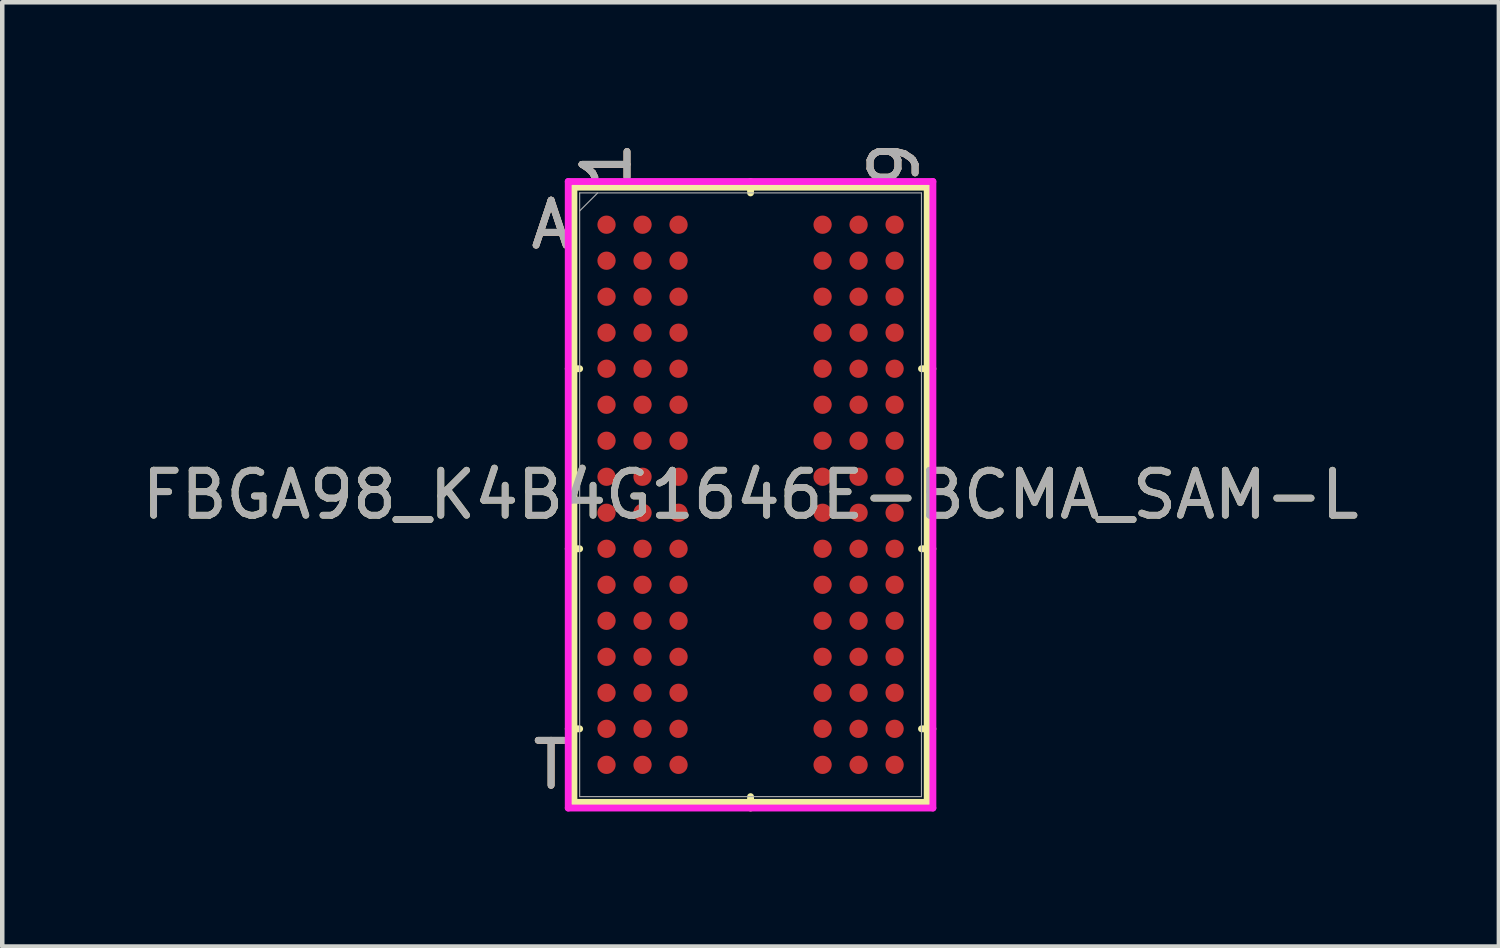
<source format=kicad_pcb>
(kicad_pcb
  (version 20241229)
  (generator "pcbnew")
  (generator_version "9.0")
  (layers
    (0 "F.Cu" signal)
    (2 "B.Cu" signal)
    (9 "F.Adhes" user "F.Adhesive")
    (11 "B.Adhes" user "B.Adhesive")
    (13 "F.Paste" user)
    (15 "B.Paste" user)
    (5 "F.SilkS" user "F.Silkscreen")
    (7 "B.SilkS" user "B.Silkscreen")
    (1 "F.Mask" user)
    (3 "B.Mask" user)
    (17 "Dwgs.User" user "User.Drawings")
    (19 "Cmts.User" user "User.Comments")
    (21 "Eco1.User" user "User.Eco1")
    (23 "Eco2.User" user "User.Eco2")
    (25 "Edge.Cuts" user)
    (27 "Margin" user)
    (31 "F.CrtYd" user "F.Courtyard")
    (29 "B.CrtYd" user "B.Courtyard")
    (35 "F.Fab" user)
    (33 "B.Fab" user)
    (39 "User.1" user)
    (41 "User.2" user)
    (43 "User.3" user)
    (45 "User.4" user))
  (footprint "FBGA98_K4B4G1646E-BCMA_SAM-L"
    (layer "F.Cu")
    (at 13.625 7.942)
    (property "Reference" "FBGA98_K4B4G1646E-BCMA_SAM-L" (at 0 0 0) (unlocked yes) (layer "F.SilkS") (effects (font (size 1 1) (thickness 0.15))))
    (attr smd)
    (fp_line (start -3.924 -6.833) (end -3.924 6.833) (stroke (width 0.152) (type solid)) (layer "F.SilkS"))
    (fp_line (start -3.924 6.833) (end 3.924 6.833) (stroke (width 0.152) (type solid)) (layer "F.SilkS"))
    (fp_line (start -3.797 -2.8) (end -4.051 -2.8) (stroke (width 0.152) (type solid)) (layer "F.SilkS"))
    (fp_line (start -3.797 1.2) (end -4.051 1.2) (stroke (width 0.152) (type solid)) (layer "F.SilkS"))
    (fp_line (start -3.797 5.2) (end -4.051 5.2) (stroke (width 0.152) (type solid)) (layer "F.SilkS"))
    (fp_line (start 0 -6.706) (end 0 -6.96) (stroke (width 0.152) (type solid)) (layer "F.SilkS"))
    (fp_line (start 0 6.706) (end 0 6.96) (stroke (width 0.152) (type solid)) (layer "F.SilkS"))
    (fp_line (start 3.797 -2.8) (end 4.051 -2.8) (stroke (width 0.152) (type solid)) (layer "F.SilkS"))
    (fp_line (start 3.797 1.2) (end 4.051 1.2) (stroke (width 0.152) (type solid)) (layer "F.SilkS"))
    (fp_line (start 3.797 5.2) (end 4.051 5.2) (stroke (width 0.152) (type solid)) (layer "F.SilkS"))
    (fp_line (start 3.924 -6.833) (end -3.924 -6.833) (stroke (width 0.152) (type solid)) (layer "F.SilkS"))
    (fp_line (start 3.924 6.833) (end 3.924 -6.833) (stroke (width 0.152) (type solid)) (layer "F.SilkS"))
    (fp_poly (pts (xy -4.045 -6.844) (xy 4.045 -6.844) (xy 4.045 6.844) (xy -4.045 6.844)) (stroke (width 0.1) (type solid)) (fill no) (layer "Eco2.User"))
    (fp_line (start -4.051 -6.96) (end 4.051 -6.96) (stroke (width 0.152) (type solid)) (layer "F.CrtYd"))
    (fp_line (start -4.051 6.96) (end -4.051 -6.96) (stroke (width 0.152) (type solid)) (layer "F.CrtYd"))
    (fp_line (start 4.051 -6.96) (end 4.051 6.96) (stroke (width 0.152) (type solid)) (layer "F.CrtYd"))
    (fp_line (start 4.051 6.96) (end -4.051 6.96) (stroke (width 0.152) (type solid)) (layer "F.CrtYd"))
    (fp_line (start -3.797 -6.706) (end -3.797 6.706) (stroke (width 0.025) (type solid)) (layer "F.Fab"))
    (fp_line (start -3.797 6.706) (end 3.797 6.706) (stroke (width 0.025) (type solid)) (layer "F.Fab"))
    (fp_line (start -3.397 -6.706) (end -3.797 -6.306) (stroke (width 0.025) (type solid)) (layer "F.Fab"))
    (fp_line (start 3.797 -6.706) (end -3.797 -6.706) (stroke (width 0.025) (type solid)) (layer "F.Fab"))
    (fp_line (start 3.797 6.706) (end 3.797 -6.706) (stroke (width 0.025) (type solid)) (layer "F.Fab"))
    (fp_text user "T" (at -4.432 6 0) (unlocked yes) (layer "F.SilkS") (effects (font (size 1 1) (thickness 0.15))))
    (fp_text user "9" (at 3.2 -7.341 90) (unlocked yes) (layer "F.SilkS") (effects (font (size 1 1) (thickness 0.15))))
    (fp_text user "1" (at -3.2 -7.341 90) (unlocked yes) (layer "F.SilkS") (effects (font (size 1 1) (thickness 0.15))))
    (fp_text user "A" (at -4.432 -6 0) (unlocked yes) (layer "F.SilkS") (effects (font (size 1 1) (thickness 0.15))))
    (fp_text user "A" (at -4.432 -6 0) (unlocked yes) (layer "B.SilkS") (effects (font (size 1 1) (thickness 0.15))))
    (fp_text user "T" (at -4.432 6 0) (unlocked yes) (layer "B.SilkS") (effects (font (size 1 1) (thickness 0.15))))
    (fp_text user "9" (at 3.2 -7.341 90) (unlocked yes) (layer "B.SilkS") (effects (font (size 1 1) (thickness 0.15))))
    (fp_text user "1" (at -3.2 -7.341 90) (unlocked yes) (layer "B.SilkS") (effects (font (size 1 1) (thickness 0.15))))
    (fp_text user "A" (at -4.432 -6 0) (unlocked yes) (layer "F.Fab") (effects (font (size 1 1) (thickness 0.15))))
    (fp_text user "9" (at 3.2 -7.341 90) (unlocked yes) (layer "F.Fab") (effects (font (size 1 1) (thickness 0.15))))
    (fp_text user "${REFERENCE}" (at 0 0 0) (unlocked yes) (layer "F.Fab") (effects (font (size 1 1) (thickness 0.15))))
    (fp_text user "1" (at -3.2 -7.341 90) (unlocked yes) (layer "F.Fab") (effects (font (size 1 1) (thickness 0.15))))
    (fp_text user "T" (at -4.432 6 0) (unlocked yes) (layer "F.Fab") (effects (font (size 1 1) (thickness 0.15))))
    (pad "A1" smd circle (at -3.2 -6) (size 0.406 0.406) (layers "F.Cu" "F.Mask" "F.Paste"))
    (pad "A2" smd circle (at -2.4 -6) (size 0.406 0.406) (layers "F.Cu" "F.Mask" "F.Paste"))
    (pad "A3" smd circle (at -1.6 -6) (size 0.406 0.406) (layers "F.Cu" "F.Mask" "F.Paste"))
    (pad "A7" smd circle (at 1.6 -6) (size 0.406 0.406) (layers "F.Cu" "F.Mask" "F.Paste"))
    (pad "A8" smd circle (at 2.4 -6) (size 0.406 0.406) (layers "F.Cu" "F.Mask" "F.Paste"))
    (pad "A9" smd circle (at 3.2 -6) (size 0.406 0.406) (layers "F.Cu" "F.Mask" "F.Paste"))
    (pad "B1" smd circle (at -3.2 -5.2) (size 0.406 0.406) (layers "F.Cu" "F.Mask" "F.Paste"))
    (pad "B2" smd circle (at -2.4 -5.2) (size 0.406 0.406) (layers "F.Cu" "F.Mask" "F.Paste"))
    (pad "B3" smd circle (at -1.6 -5.2) (size 0.406 0.406) (layers "F.Cu" "F.Mask" "F.Paste"))
    (pad "B7" smd circle (at 1.6 -5.2) (size 0.406 0.406) (layers "F.Cu" "F.Mask" "F.Paste"))
    (pad "B8" smd circle (at 2.4 -5.2) (size 0.406 0.406) (layers "F.Cu" "F.Mask" "F.Paste"))
    (pad "B9" smd circle (at 3.2 -5.2) (size 0.406 0.406) (layers "F.Cu" "F.Mask" "F.Paste"))
    (pad "C1" smd circle (at -3.2 -4.4) (size 0.406 0.406) (layers "F.Cu" "F.Mask" "F.Paste"))
    (pad "C2" smd circle (at -2.4 -4.4) (size 0.406 0.406) (layers "F.Cu" "F.Mask" "F.Paste"))
    (pad "C3" smd circle (at -1.6 -4.4) (size 0.406 0.406) (layers "F.Cu" "F.Mask" "F.Paste"))
    (pad "C7" smd circle (at 1.6 -4.4) (size 0.406 0.406) (layers "F.Cu" "F.Mask" "F.Paste"))
    (pad "C8" smd circle (at 2.4 -4.4) (size 0.406 0.406) (layers "F.Cu" "F.Mask" "F.Paste"))
    (pad "C9" smd circle (at 3.2 -4.4) (size 0.406 0.406) (layers "F.Cu" "F.Mask" "F.Paste"))
    (pad "D1" smd circle (at -3.2 -3.6) (size 0.406 0.406) (layers "F.Cu" "F.Mask" "F.Paste"))
    (pad "D2" smd circle (at -2.4 -3.6) (size 0.406 0.406) (layers "F.Cu" "F.Mask" "F.Paste"))
    (pad "D3" smd circle (at -1.6 -3.6) (size 0.406 0.406) (layers "F.Cu" "F.Mask" "F.Paste"))
    (pad "D7" smd circle (at 1.6 -3.6) (size 0.406 0.406) (layers "F.Cu" "F.Mask" "F.Paste"))
    (pad "D8" smd circle (at 2.4 -3.6) (size 0.406 0.406) (layers "F.Cu" "F.Mask" "F.Paste"))
    (pad "D9" smd circle (at 3.2 -3.6) (size 0.406 0.406) (layers "F.Cu" "F.Mask" "F.Paste"))
    (pad "E1" smd circle (at -3.2 -2.8) (size 0.406 0.406) (layers "F.Cu" "F.Mask" "F.Paste"))
    (pad "E2" smd circle (at -2.4 -2.8) (size 0.406 0.406) (layers "F.Cu" "F.Mask" "F.Paste"))
    (pad "E3" smd circle (at -1.6 -2.8) (size 0.406 0.406) (layers "F.Cu" "F.Mask" "F.Paste"))
    (pad "E7" smd circle (at 1.6 -2.8) (size 0.406 0.406) (layers "F.Cu" "F.Mask" "F.Paste"))
    (pad "E8" smd circle (at 2.4 -2.8) (size 0.406 0.406) (layers "F.Cu" "F.Mask" "F.Paste"))
    (pad "E9" smd circle (at 3.2 -2.8) (size 0.406 0.406) (layers "F.Cu" "F.Mask" "F.Paste"))
    (pad "F1" smd circle (at -3.2 -2) (size 0.406 0.406) (layers "F.Cu" "F.Mask" "F.Paste"))
    (pad "F2" smd circle (at -2.4 -2) (size 0.406 0.406) (layers "F.Cu" "F.Mask" "F.Paste"))
    (pad "F3" smd circle (at -1.6 -2) (size 0.406 0.406) (layers "F.Cu" "F.Mask" "F.Paste"))
    (pad "F7" smd circle (at 1.6 -2) (size 0.406 0.406) (layers "F.Cu" "F.Mask" "F.Paste"))
    (pad "F8" smd circle (at 2.4 -2) (size 0.406 0.406) (layers "F.Cu" "F.Mask" "F.Paste"))
    (pad "F9" smd circle (at 3.2 -2) (size 0.406 0.406) (layers "F.Cu" "F.Mask" "F.Paste"))
    (pad "G1" smd circle (at -3.2 -1.2) (size 0.406 0.406) (layers "F.Cu" "F.Mask" "F.Paste"))
    (pad "G2" smd circle (at -2.4 -1.2) (size 0.406 0.406) (layers "F.Cu" "F.Mask" "F.Paste"))
    (pad "G3" smd circle (at -1.6 -1.2) (size 0.406 0.406) (layers "F.Cu" "F.Mask" "F.Paste"))
    (pad "G7" smd circle (at 1.6 -1.2) (size 0.406 0.406) (layers "F.Cu" "F.Mask" "F.Paste"))
    (pad "G8" smd circle (at 2.4 -1.2) (size 0.406 0.406) (layers "F.Cu" "F.Mask" "F.Paste"))
    (pad "G9" smd circle (at 3.2 -1.2) (size 0.406 0.406) (layers "F.Cu" "F.Mask" "F.Paste"))
    (pad "H1" smd circle (at -3.2 -0.4) (size 0.406 0.406) (layers "F.Cu" "F.Mask" "F.Paste"))
    (pad "H2" smd circle (at -2.4 -0.4) (size 0.406 0.406) (layers "F.Cu" "F.Mask" "F.Paste"))
    (pad "H3" smd circle (at -1.6 -0.4) (size 0.406 0.406) (layers "F.Cu" "F.Mask" "F.Paste"))
    (pad "H7" smd circle (at 1.6 -0.4) (size 0.406 0.406) (layers "F.Cu" "F.Mask" "F.Paste"))
    (pad "H8" smd circle (at 2.4 -0.4) (size 0.406 0.406) (layers "F.Cu" "F.Mask" "F.Paste"))
    (pad "H9" smd circle (at 3.2 -0.4) (size 0.406 0.406) (layers "F.Cu" "F.Mask" "F.Paste"))
    (pad "J1" smd circle (at -3.2 0.4) (size 0.406 0.406) (layers "F.Cu" "F.Mask" "F.Paste"))
    (pad "J2" smd circle (at -2.4 0.4) (size 0.406 0.406) (layers "F.Cu" "F.Mask" "F.Paste"))
    (pad "J3" smd circle (at -1.6 0.4) (size 0.406 0.406) (layers "F.Cu" "F.Mask" "F.Paste"))
    (pad "J7" smd circle (at 1.6 0.4) (size 0.406 0.406) (layers "F.Cu" "F.Mask" "F.Paste"))
    (pad "J8" smd circle (at 2.4 0.4) (size 0.406 0.406) (layers "F.Cu" "F.Mask" "F.Paste"))
    (pad "J9" smd circle (at 3.2 0.4) (size 0.406 0.406) (layers "F.Cu" "F.Mask" "F.Paste"))
    (pad "K1" smd circle (at -3.2 1.2) (size 0.406 0.406) (layers "F.Cu" "F.Mask" "F.Paste"))
    (pad "K2" smd circle (at -2.4 1.2) (size 0.406 0.406) (layers "F.Cu" "F.Mask" "F.Paste"))
    (pad "K3" smd circle (at -1.6 1.2) (size 0.406 0.406) (layers "F.Cu" "F.Mask" "F.Paste"))
    (pad "K7" smd circle (at 1.6 1.2) (size 0.406 0.406) (layers "F.Cu" "F.Mask" "F.Paste"))
    (pad "K8" smd circle (at 2.4 1.2) (size 0.406 0.406) (layers "F.Cu" "F.Mask" "F.Paste"))
    (pad "K9" smd circle (at 3.2 1.2) (size 0.406 0.406) (layers "F.Cu" "F.Mask" "F.Paste"))
    (pad "L1" smd circle (at -3.2 2) (size 0.406 0.406) (layers "F.Cu" "F.Mask" "F.Paste"))
    (pad "L2" smd circle (at -2.4 2) (size 0.406 0.406) (layers "F.Cu" "F.Mask" "F.Paste"))
    (pad "L3" smd circle (at -1.6 2) (size 0.406 0.406) (layers "F.Cu" "F.Mask" "F.Paste"))
    (pad "L7" smd circle (at 1.6 2) (size 0.406 0.406) (layers "F.Cu" "F.Mask" "F.Paste"))
    (pad "L8" smd circle (at 2.4 2) (size 0.406 0.406) (layers "F.Cu" "F.Mask" "F.Paste"))
    (pad "L9" smd circle (at 3.2 2) (size 0.406 0.406) (layers "F.Cu" "F.Mask" "F.Paste"))
    (pad "M1" smd circle (at -3.2 2.8) (size 0.406 0.406) (layers "F.Cu" "F.Mask" "F.Paste"))
    (pad "M2" smd circle (at -2.4 2.8) (size 0.406 0.406) (layers "F.Cu" "F.Mask" "F.Paste"))
    (pad "M3" smd circle (at -1.6 2.8) (size 0.406 0.406) (layers "F.Cu" "F.Mask" "F.Paste"))
    (pad "M7" smd circle (at 1.6 2.8) (size 0.406 0.406) (layers "F.Cu" "F.Mask" "F.Paste"))
    (pad "M8" smd circle (at 2.4 2.8) (size 0.406 0.406) (layers "F.Cu" "F.Mask" "F.Paste"))
    (pad "M9" smd circle (at 3.2 2.8) (size 0.406 0.406) (layers "F.Cu" "F.Mask" "F.Paste"))
    (pad "N1" smd circle (at -3.2 3.6) (size 0.406 0.406) (layers "F.Cu" "F.Mask" "F.Paste"))
    (pad "N2" smd circle (at -2.4 3.6) (size 0.406 0.406) (layers "F.Cu" "F.Mask" "F.Paste"))
    (pad "N3" smd circle (at -1.6 3.6) (size 0.406 0.406) (layers "F.Cu" "F.Mask" "F.Paste"))
    (pad "N7" smd circle (at 1.6 3.6) (size 0.406 0.406) (layers "F.Cu" "F.Mask" "F.Paste"))
    (pad "N8" smd circle (at 2.4 3.6) (size 0.406 0.406) (layers "F.Cu" "F.Mask" "F.Paste"))
    (pad "N9" smd circle (at 3.2 3.6) (size 0.406 0.406) (layers "F.Cu" "F.Mask" "F.Paste"))
    (pad "P1" smd circle (at -3.2 4.4) (size 0.406 0.406) (layers "F.Cu" "F.Mask" "F.Paste"))
    (pad "P2" smd circle (at -2.4 4.4) (size 0.406 0.406) (layers "F.Cu" "F.Mask" "F.Paste"))
    (pad "P3" smd circle (at -1.6 4.4) (size 0.406 0.406) (layers "F.Cu" "F.Mask" "F.Paste"))
    (pad "P7" smd circle (at 1.6 4.4) (size 0.406 0.406) (layers "F.Cu" "F.Mask" "F.Paste"))
    (pad "P8" smd circle (at 2.4 4.4) (size 0.406 0.406) (layers "F.Cu" "F.Mask" "F.Paste"))
    (pad "P9" smd circle (at 3.2 4.4) (size 0.406 0.406) (layers "F.Cu" "F.Mask" "F.Paste"))
    (pad "R1" smd circle (at -3.2 5.2) (size 0.406 0.406) (layers "F.Cu" "F.Mask" "F.Paste"))
    (pad "R2" smd circle (at -2.4 5.2) (size 0.406 0.406) (layers "F.Cu" "F.Mask" "F.Paste"))
    (pad "R3" smd circle (at -1.6 5.2) (size 0.406 0.406) (layers "F.Cu" "F.Mask" "F.Paste"))
    (pad "R7" smd circle (at 1.6 5.2) (size 0.406 0.406) (layers "F.Cu" "F.Mask" "F.Paste"))
    (pad "R8" smd circle (at 2.4 5.2) (size 0.406 0.406) (layers "F.Cu" "F.Mask" "F.Paste"))
    (pad "R9" smd circle (at 3.2 5.2) (size 0.406 0.406) (layers "F.Cu" "F.Mask" "F.Paste"))
    (pad "T1" smd circle (at -3.2 6) (size 0.406 0.406) (layers "F.Cu" "F.Mask" "F.Paste"))
    (pad "T2" smd circle (at -2.4 6) (size 0.406 0.406) (layers "F.Cu" "F.Mask" "F.Paste"))
    (pad "T3" smd circle (at -1.6 6) (size 0.406 0.406) (layers "F.Cu" "F.Mask" "F.Paste"))
    (pad "T7" smd circle (at 1.6 6) (size 0.406 0.406) (layers "F.Cu" "F.Mask" "F.Paste"))
    (pad "T8" smd circle (at 2.4 6) (size 0.406 0.406) (layers "F.Cu" "F.Mask" "F.Paste"))
    (pad "T9" smd circle (at 3.2 6) (size 0.406 0.406) (layers "F.Cu" "F.Mask" "F.Paste")))
  (gr_rect
    (start -3 -3)
    (end 30.25 17.978)
    (stroke (width 0.1) (type default))
    (fill no)
    (layer "Edge.Cuts")))
</source>
